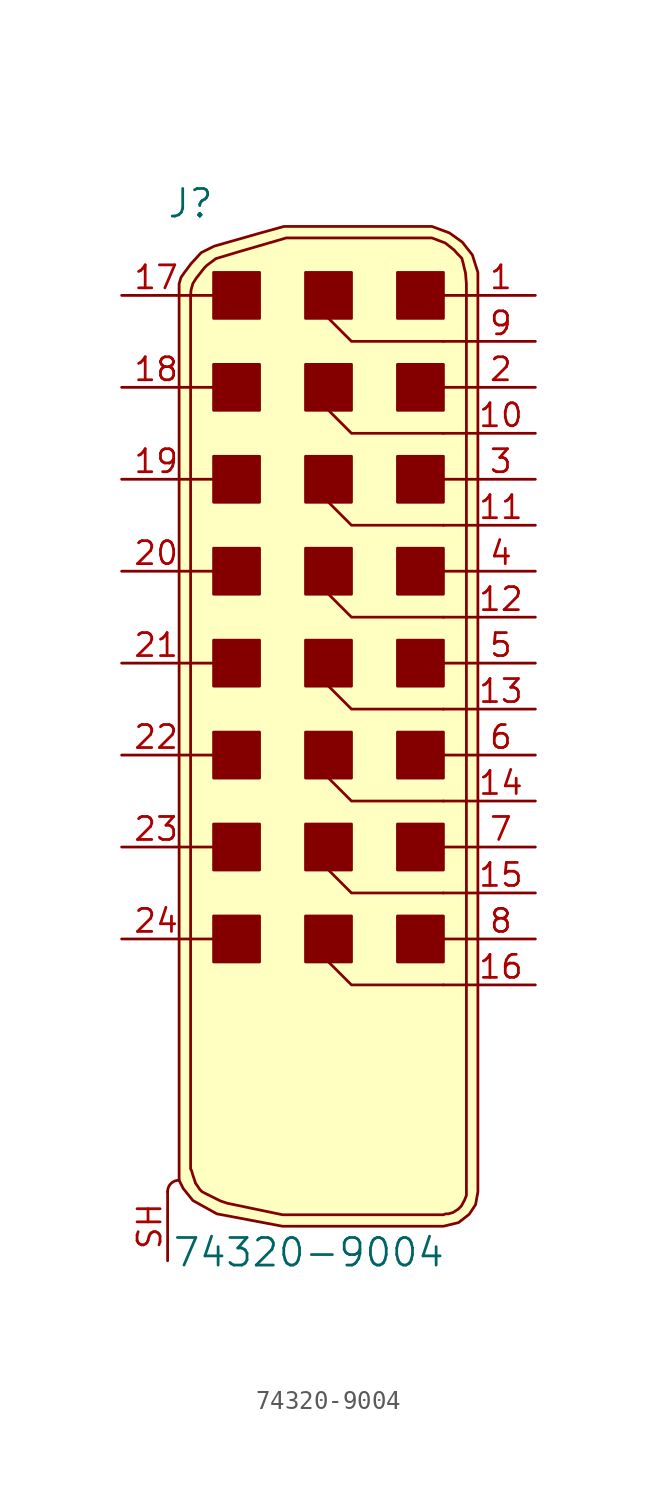
<source format=kicad_sym>
(kicad_symbol_lib
  (version 20220914)
  (generator kicad_symbol_editor)
  (symbol "74320-9004"
    (pin_names
      (offset 1.016))
    (property "Reference" "J"
      (at -8.89 27.94 0)
      (effects (font (size 1.524 1.524))))
    (property "Value" "74320-9004"
      (at -2.362 -30.023 0)
      (effects (font (size 1.524 1.524))))
    (symbol "74320-9004_0_1"
      (arc (start -9.525 -26.035) (mid -9.9825 -26.2192) (end -10.16 -26.67) (stroke (width 0) (type solid)) (fill (type none)))
      (rectangle (start -5.08 -11.43) (end -7.62 -13.97) (stroke (width 0) (type solid)) (fill (type outline)))
      (rectangle (start -5.08 -6.35) (end -7.62 -8.89) (stroke (width 0) (type solid)) (fill (type outline)))
      (rectangle (start -5.08 -1.27) (end -7.62 -3.81) (stroke (width 0) (type solid)) (fill (type outline)))
      (rectangle (start -5.08 3.81) (end -7.62 1.27) (stroke (width 0) (type solid)) (fill (type outline)))
      (rectangle (start -5.08 8.89) (end -7.62 6.35) (stroke (width 0) (type solid)) (fill (type outline)))
      (rectangle (start -5.08 13.97) (end -7.62 11.43) (stroke (width 0) (type solid)) (fill (type outline)))
      (rectangle (start -5.08 19.05) (end -7.62 16.51) (stroke (width 0) (type solid)) (fill (type outline)))
      (rectangle (start -5.08 24.13) (end -7.62 21.59) (stroke (width 0) (type solid)) (fill (type outline)))
      (rectangle (start 0 -11.43) (end -2.54 -13.97) (stroke (width 0) (type solid)) (fill (type outline)))
      (rectangle (start 0 -6.35) (end -2.54 -8.89) (stroke (width 0) (type solid)) (fill (type outline)))
      (rectangle (start 0 -1.27) (end -2.54 -3.81) (stroke (width 0) (type solid)) (fill (type outline)))
      (polyline (pts (xy -7.62 -12.7) (xy -8.89 -12.7)) (stroke (width 0) (type solid)) (fill (type none)))
      (polyline (pts (xy -7.62 -7.62) (xy -8.89 -7.62)) (stroke (width 0) (type solid)) (fill (type none)))
      (polyline (pts (xy -7.62 -2.54) (xy -8.89 -2.54)) (stroke (width 0) (type solid)) (fill (type none)))
      (polyline (pts (xy -7.62 2.54) (xy -8.89 2.54)) (stroke (width 0) (type solid)) (fill (type none)))
      (polyline (pts (xy -7.62 7.62) (xy -8.89 7.62)) (stroke (width 0) (type solid)) (fill (type none)))
      (polyline (pts (xy -7.62 12.7) (xy -8.89 12.7)) (stroke (width 0) (type solid)) (fill (type none)))
      (polyline (pts (xy -7.62 17.78) (xy -8.89 17.78)) (stroke (width 0) (type solid)) (fill (type none)))
      (polyline (pts (xy -7.62 22.86) (xy -8.89 22.86)) (stroke (width 0) (type solid)) (fill (type none)))
      (polyline (pts (xy 5.08 22.86) (xy 5.08 22.86)) (stroke (width 0) (type solid)) (fill (type none)))
      (polyline (pts (xy 6.35 -15.24) (xy 5.08 -15.24)) (stroke (width 0) (type solid)) (fill (type none)))
      (polyline (pts (xy 6.35 -12.7) (xy 5.08 -12.7)) (stroke (width 0) (type solid)) (fill (type none)))
      (polyline (pts (xy 6.35 -10.16) (xy 5.08 -10.16)) (stroke (width 0) (type solid)) (fill (type none)))
      (polyline (pts (xy 6.35 -7.62) (xy 5.08 -7.62)) (stroke (width 0) (type solid)) (fill (type none)))
      (polyline (pts (xy 6.35 -5.08) (xy 5.08 -5.08)) (stroke (width 0) (type solid)) (fill (type none)))
      (polyline (pts (xy 6.35 -2.54) (xy 5.08 -2.54)) (stroke (width 0) (type solid)) (fill (type none)))
      (polyline (pts (xy 6.35 0) (xy 5.08 0)) (stroke (width 0) (type solid)) (fill (type none)))
      (polyline (pts (xy 6.35 2.54) (xy 5.08 2.54)) (stroke (width 0) (type solid)) (fill (type none)))
      (polyline (pts (xy 6.35 5.08) (xy 5.08 5.08)) (stroke (width 0) (type solid)) (fill (type none)))
      (polyline (pts (xy 6.35 7.62) (xy 5.08 7.62)) (stroke (width 0) (type solid)) (fill (type none)))
      (polyline (pts (xy 6.35 10.16) (xy 5.08 10.16)) (stroke (width 0) (type solid)) (fill (type none)))
      (polyline (pts (xy 6.35 12.7) (xy 5.08 12.7)) (stroke (width 0) (type solid)) (fill (type none)))
      (polyline (pts (xy 6.35 15.24) (xy 5.08 15.24)) (stroke (width 0) (type solid)) (fill (type none)))
      (polyline (pts (xy 6.35 17.78) (xy 5.08 17.78)) (stroke (width 0) (type solid)) (fill (type none)))
      (polyline (pts (xy 6.35 20.32) (xy 5.08 20.32)) (stroke (width 0) (type solid)) (fill (type none)))
      (polyline (pts (xy 6.35 22.86) (xy 5.08 22.86)) (stroke (width 0) (type solid)) (fill (type none)))
      (polyline (pts (xy -1.27 -13.97) (xy 0 -15.24) (xy 5.08 -15.24)) (stroke (width 0) (type solid)) (fill (type none)))
      (polyline (pts (xy -1.27 -8.89) (xy 0 -10.16) (xy 5.08 -10.16)) (stroke (width 0) (type solid)) (fill (type none)))
      (polyline (pts (xy -1.27 -3.81) (xy 0 -5.08) (xy 5.08 -5.08)) (stroke (width 0) (type solid)) (fill (type none)))
      (polyline (pts (xy -1.27 1.27) (xy 0 0) (xy 5.08 0)) (stroke (width 0) (type solid)) (fill (type none)))
      (polyline (pts (xy -1.27 6.35) (xy 0 5.08) (xy 5.08 5.08)) (stroke (width 0) (type solid)) (fill (type none)))
      (polyline (pts (xy -1.27 11.43) (xy 0 10.16) (xy 5.08 10.16)) (stroke (width 0) (type solid)) (fill (type none)))
      (polyline (pts (xy -1.27 16.51) (xy 0 15.24) (xy 5.08 15.24)) (stroke (width 0) (type solid)) (fill (type none)))
      (polyline (pts (xy -1.27 21.59) (xy 0 20.32) (xy 5.08 20.32)) (stroke (width 0) (type solid)) (fill (type none)))
      (polyline (pts (xy 6.985 -26.67) (xy 6.985 24.13) (xy 6.68 25.095) (xy 6.121 25.806) (xy 5.41 26.314) (xy 4.445 26.67) (xy -3.734 26.67) (xy -5.105 26.289) (xy -7.595 25.578) (xy -8.306 25.222) (xy -8.865 24.613) (xy -9.246 24.105) (xy -9.423 23.851) (xy -9.525 23.495) (xy -9.525 -26.035) (xy -9.296 -26.492) (xy -8.763 -27.153) (xy -7.442 -27.889) (xy -3.81 -28.575) (xy 5.08 -28.575) (xy 5.918 -28.372) (xy 6.502 -27.915) (xy 6.858 -27.381) (xy 6.985 -26.67)) (stroke (width 0) (type solid)) (fill (type background)))
      (polyline (pts (xy -8.89 22.86) (xy -8.865 23.165) (xy -8.763 23.52) (xy -8.585 23.8) (xy -8.306 24.155) (xy -8.128 24.384) (xy -8.001 24.511) (xy -7.493 24.892) (xy -6.223 25.273) (xy -3.607 26.035) (xy 0.635 26.035) (xy 4.445 26.035) (xy 5.182 25.756) (xy 5.664 25.375) (xy 5.867 25.146) (xy 6.096 24.917) (xy 6.172 24.638) (xy 6.223 24.409) (xy 6.299 24.105) (xy 6.35 23.495) (xy 6.35 -26.67) (xy 6.35 -26.873) (xy 6.248 -27.127) (xy 6.071 -27.457) (xy 5.893 -27.635) (xy 5.613 -27.813) (xy 5.359 -27.889) (xy 5.207 -27.889) (xy 5.08 -27.94) (xy -3.81 -27.94) (xy -6.858 -27.305) (xy -7.239 -27.178) (xy -7.747 -26.924) (xy -8.001 -26.797) (xy -8.255 -26.67) (xy -8.382 -26.543) (xy -8.636 -26.162) (xy -8.611 -26.213) (xy -8.687 -25.984) (xy -8.763 -25.756) (xy -8.839 -25.502) (xy -8.89 -25.4) (xy -8.89 22.86)) (stroke (width 0) (type solid)) (fill (type background)))
      (rectangle (start 0 3.81) (end -2.54 1.27) (stroke (width 0) (type solid)) (fill (type outline)))
      (rectangle (start 0 8.89) (end -2.54 6.35) (stroke (width 0) (type solid)) (fill (type outline)))
      (rectangle (start 0 13.97) (end -2.54 11.43) (stroke (width 0) (type solid)) (fill (type outline)))
      (rectangle (start 0 19.05) (end -2.54 16.51) (stroke (width 0) (type solid)) (fill (type outline)))
      (rectangle (start 0 24.13) (end -2.54 21.59) (stroke (width 0) (type solid)) (fill (type outline)))
      (rectangle (start 5.08 -11.43) (end 2.54 -13.97) (stroke (width 0) (type solid)) (fill (type outline)))
      (rectangle (start 5.08 -6.35) (end 2.54 -8.89) (stroke (width 0) (type solid)) (fill (type outline)))
      (rectangle (start 5.08 -1.27) (end 2.54 -3.81) (stroke (width 0) (type solid)) (fill (type outline)))
      (rectangle (start 5.08 3.81) (end 2.54 1.27) (stroke (width 0) (type solid)) (fill (type outline)))
      (rectangle (start 5.08 8.89) (end 2.54 6.35) (stroke (width 0) (type solid)) (fill (type outline)))
      (rectangle (start 5.08 13.97) (end 2.54 11.43) (stroke (width 0) (type solid)) (fill (type outline)))
      (rectangle (start 5.08 19.05) (end 2.54 16.51) (stroke (width 0) (type solid)) (fill (type outline)))
      (rectangle (start 5.08 24.13) (end 2.54 21.59) (stroke (width 0) (type solid)) (fill (type outline))))
    (symbol "74320-9004_1_1"
      (pin passive line (at 10.16 22.86 180) (length 3.81) (name "~" (effects (font (size 1.27 1.27)))) (number "1" (effects (font (size 1.27 1.27)))))
      (pin passive line (at 10.16 15.24 180) (length 3.81) (name "~" (effects (font (size 1.27 1.27)))) (number "10" (effects (font (size 1.27 1.27)))))
      (pin passive line (at 10.16 10.16 180) (length 3.81) (name "~" (effects (font (size 1.27 1.27)))) (number "11" (effects (font (size 1.27 1.27)))))
      (pin passive line (at 10.16 5.08 180) (length 3.81) (name "~" (effects (font (size 1.27 1.27)))) (number "12" (effects (font (size 1.27 1.27)))))
      (pin passive line (at 10.16 0 180) (length 3.81) (name "~" (effects (font (size 1.27 1.27)))) (number "13" (effects (font (size 1.27 1.27)))))
      (pin passive line (at 10.16 -5.08 180) (length 3.81) (name "~" (effects (font (size 1.27 1.27)))) (number "14" (effects (font (size 1.27 1.27)))))
      (pin passive line (at 10.16 -10.16 180) (length 3.81) (name "~" (effects (font (size 1.27 1.27)))) (number "15" (effects (font (size 1.27 1.27)))))
      (pin passive line (at 10.16 -15.24 180) (length 3.81) (name "~" (effects (font (size 1.27 1.27)))) (number "16" (effects (font (size 1.27 1.27)))))
      (pin passive line (at -12.7 22.86 0) (length 3.81) (name "~" (effects (font (size 1.27 1.27)))) (number "17" (effects (font (size 1.27 1.27)))))
      (pin passive line (at -12.7 17.78 0) (length 3.81) (name "~" (effects (font (size 1.27 1.27)))) (number "18" (effects (font (size 1.27 1.27)))))
      (pin passive line (at -12.7 12.7 0) (length 3.81) (name "~" (effects (font (size 1.27 1.27)))) (number "19" (effects (font (size 1.27 1.27)))))
      (pin passive line (at 10.16 17.78 180) (length 3.81) (name "~" (effects (font (size 1.27 1.27)))) (number "2" (effects (font (size 1.27 1.27)))))
      (pin passive line (at -12.7 7.62 0) (length 3.81) (name "~" (effects (font (size 1.27 1.27)))) (number "20" (effects (font (size 1.27 1.27)))))
      (pin passive line (at -12.7 2.54 0) (length 3.81) (name "~" (effects (font (size 1.27 1.27)))) (number "21" (effects (font (size 1.27 1.27)))))
      (pin passive line (at -12.7 -2.54 0) (length 3.81) (name "~" (effects (font (size 1.27 1.27)))) (number "22" (effects (font (size 1.27 1.27)))))
      (pin passive line (at -12.7 -7.62 0) (length 3.81) (name "~" (effects (font (size 1.27 1.27)))) (number "23" (effects (font (size 1.27 1.27)))))
      (pin passive line (at -12.7 -12.7 0) (length 3.81) (name "~" (effects (font (size 1.27 1.27)))) (number "24" (effects (font (size 1.27 1.27)))))
      (pin passive line (at 10.16 12.7 180) (length 3.81) (name "~" (effects (font (size 1.27 1.27)))) (number "3" (effects (font (size 1.27 1.27)))))
      (pin passive line (at 10.16 7.62 180) (length 3.81) (name "~" (effects (font (size 1.27 1.27)))) (number "4" (effects (font (size 1.27 1.27)))))
      (pin passive line (at 10.16 2.54 180) (length 3.81) (name "~" (effects (font (size 1.27 1.27)))) (number "5" (effects (font (size 1.27 1.27)))))
      (pin passive line (at 10.16 -2.54 180) (length 3.81) (name "~" (effects (font (size 1.27 1.27)))) (number "6" (effects (font (size 1.27 1.27)))))
      (pin passive line (at 10.16 -7.62 180) (length 3.81) (name "~" (effects (font (size 1.27 1.27)))) (number "7" (effects (font (size 1.27 1.27)))))
      (pin passive line (at 10.16 -12.7 180) (length 3.81) (name "~" (effects (font (size 1.27 1.27)))) (number "8" (effects (font (size 1.27 1.27)))))
      (pin passive line (at 10.16 20.32 180) (length 3.81) (name "~" (effects (font (size 1.27 1.27)))) (number "9" (effects (font (size 1.27 1.27)))))
      (pin passive line (at -10.16 -30.48 90) (length 3.81) (name "~" (effects (font (size 1.27 1.27)))) (number "SH" (effects (font (size 1.27 1.27))))))))
</source>
